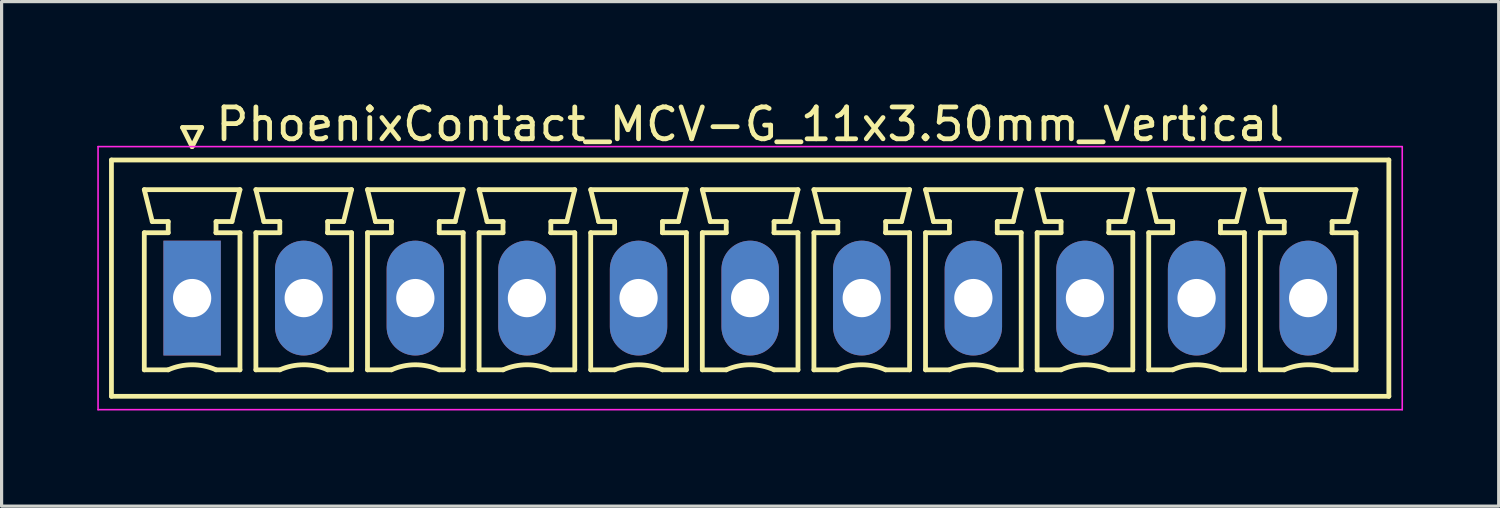
<source format=kicad_pcb>
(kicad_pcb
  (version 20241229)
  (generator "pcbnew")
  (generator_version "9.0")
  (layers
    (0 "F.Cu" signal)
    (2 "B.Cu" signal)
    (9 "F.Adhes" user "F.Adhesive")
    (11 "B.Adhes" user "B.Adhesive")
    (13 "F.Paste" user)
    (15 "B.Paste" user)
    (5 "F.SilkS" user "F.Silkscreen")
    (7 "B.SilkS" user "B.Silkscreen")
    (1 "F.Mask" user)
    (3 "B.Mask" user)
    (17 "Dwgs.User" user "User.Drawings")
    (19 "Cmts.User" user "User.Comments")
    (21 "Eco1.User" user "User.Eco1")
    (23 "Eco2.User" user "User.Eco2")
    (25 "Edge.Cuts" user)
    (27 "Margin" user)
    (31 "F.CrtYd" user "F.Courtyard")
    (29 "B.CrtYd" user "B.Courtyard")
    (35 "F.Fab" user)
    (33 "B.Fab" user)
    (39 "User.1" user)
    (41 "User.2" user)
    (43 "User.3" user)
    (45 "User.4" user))
  (footprint "PhoenixContact_MCV-G_11x3.50mm_Vertical"
    (layer "F.Cu")
    (at 2.975 6.298)
    (property "Reference" "PhoenixContact_MCV-G_11x3.50mm_Vertical" (at 17.5 -5.45 0) (layer "F.SilkS") (effects (font (size 1 1) (thickness 0.15))))
    (attr through_hole)
    (fp_line (start -2.53 -4.33) (end -2.53 3.08) (stroke (width 0.15) (type solid)) (layer "F.SilkS"))
    (fp_line (start -2.53 3.08) (end 37.53 3.08) (stroke (width 0.15) (type solid)) (layer "F.SilkS"))
    (fp_line (start -1.5 -3.4) (end 1.5 -3.4) (stroke (width 0.15) (type solid)) (layer "F.SilkS"))
    (fp_line (start -1.5 -2.05) (end -0.75 -2.05) (stroke (width 0.15) (type solid)) (layer "F.SilkS"))
    (fp_line (start -1.5 2.25) (end -1.5 -2.05) (stroke (width 0.15) (type solid)) (layer "F.SilkS"))
    (fp_line (start -1.25 -2.4) (end -1.5 -3.4) (stroke (width 0.15) (type solid)) (layer "F.SilkS"))
    (fp_line (start -0.75 -2.4) (end -1.25 -2.4) (stroke (width 0.15) (type solid)) (layer "F.SilkS"))
    (fp_line (start -0.75 -2.05) (end -0.75 -2.4) (stroke (width 0.15) (type solid)) (layer "F.SilkS"))
    (fp_line (start -0.75 2.25) (end -1.5 2.25) (stroke (width 0.15) (type solid)) (layer "F.SilkS"))
    (fp_line (start -0.3 -5.35) (end 0 -4.75) (stroke (width 0.15) (type solid)) (layer "F.SilkS"))
    (fp_line (start 0 -4.75) (end 0.3 -5.35) (stroke (width 0.15) (type solid)) (layer "F.SilkS"))
    (fp_line (start 0.3 -5.35) (end -0.3 -5.35) (stroke (width 0.15) (type solid)) (layer "F.SilkS"))
    (fp_line (start 0.75 -2.4) (end 0.75 -2.05) (stroke (width 0.15) (type solid)) (layer "F.SilkS"))
    (fp_line (start 0.75 -2.05) (end 0.75 -2.05) (stroke (width 0.15) (type solid)) (layer "F.SilkS"))
    (fp_line (start 0.75 -2.05) (end 1.5 -2.05) (stroke (width 0.15) (type solid)) (layer "F.SilkS"))
    (fp_line (start 1.25 -2.4) (end 0.75 -2.4) (stroke (width 0.15) (type solid)) (layer "F.SilkS"))
    (fp_line (start 1.5 -3.4) (end 1.25 -2.4) (stroke (width 0.15) (type solid)) (layer "F.SilkS"))
    (fp_line (start 1.5 -2.05) (end 1.5 2.25) (stroke (width 0.15) (type solid)) (layer "F.SilkS"))
    (fp_line (start 1.5 2.25) (end 0.75 2.25) (stroke (width 0.15) (type solid)) (layer "F.SilkS"))
    (fp_line (start 2 -3.4) (end 5 -3.4) (stroke (width 0.15) (type solid)) (layer "F.SilkS"))
    (fp_line (start 2 -2.05) (end 2.75 -2.05) (stroke (width 0.15) (type solid)) (layer "F.SilkS"))
    (fp_line (start 2 2.25) (end 2 -2.05) (stroke (width 0.15) (type solid)) (layer "F.SilkS"))
    (fp_line (start 2.25 -2.4) (end 2 -3.4) (stroke (width 0.15) (type solid)) (layer "F.SilkS"))
    (fp_line (start 2.75 -2.4) (end 2.25 -2.4) (stroke (width 0.15) (type solid)) (layer "F.SilkS"))
    (fp_line (start 2.75 -2.05) (end 2.75 -2.4) (stroke (width 0.15) (type solid)) (layer "F.SilkS"))
    (fp_line (start 2.75 2.25) (end 2 2.25) (stroke (width 0.15) (type solid)) (layer "F.SilkS"))
    (fp_line (start 4.25 -2.4) (end 4.25 -2.05) (stroke (width 0.15) (type solid)) (layer "F.SilkS"))
    (fp_line (start 4.25 -2.05) (end 4.25 -2.05) (stroke (width 0.15) (type solid)) (layer "F.SilkS"))
    (fp_line (start 4.25 -2.05) (end 5 -2.05) (stroke (width 0.15) (type solid)) (layer "F.SilkS"))
    (fp_line (start 4.75 -2.4) (end 4.25 -2.4) (stroke (width 0.15) (type solid)) (layer "F.SilkS"))
    (fp_line (start 5 -3.4) (end 4.75 -2.4) (stroke (width 0.15) (type solid)) (layer "F.SilkS"))
    (fp_line (start 5 -2.05) (end 5 2.25) (stroke (width 0.15) (type solid)) (layer "F.SilkS"))
    (fp_line (start 5 2.25) (end 4.25 2.25) (stroke (width 0.15) (type solid)) (layer "F.SilkS"))
    (fp_line (start 5.5 -3.4) (end 8.5 -3.4) (stroke (width 0.15) (type solid)) (layer "F.SilkS"))
    (fp_line (start 5.5 -2.05) (end 6.25 -2.05) (stroke (width 0.15) (type solid)) (layer "F.SilkS"))
    (fp_line (start 5.5 2.25) (end 5.5 -2.05) (stroke (width 0.15) (type solid)) (layer "F.SilkS"))
    (fp_line (start 5.75 -2.4) (end 5.5 -3.4) (stroke (width 0.15) (type solid)) (layer "F.SilkS"))
    (fp_line (start 6.25 -2.4) (end 5.75 -2.4) (stroke (width 0.15) (type solid)) (layer "F.SilkS"))
    (fp_line (start 6.25 -2.05) (end 6.25 -2.4) (stroke (width 0.15) (type solid)) (layer "F.SilkS"))
    (fp_line (start 6.25 2.25) (end 5.5 2.25) (stroke (width 0.15) (type solid)) (layer "F.SilkS"))
    (fp_line (start 7.75 -2.4) (end 7.75 -2.05) (stroke (width 0.15) (type solid)) (layer "F.SilkS"))
    (fp_line (start 7.75 -2.05) (end 7.75 -2.05) (stroke (width 0.15) (type solid)) (layer "F.SilkS"))
    (fp_line (start 7.75 -2.05) (end 8.5 -2.05) (stroke (width 0.15) (type solid)) (layer "F.SilkS"))
    (fp_line (start 8.25 -2.4) (end 7.75 -2.4) (stroke (width 0.15) (type solid)) (layer "F.SilkS"))
    (fp_line (start 8.5 -3.4) (end 8.25 -2.4) (stroke (width 0.15) (type solid)) (layer "F.SilkS"))
    (fp_line (start 8.5 -2.05) (end 8.5 2.25) (stroke (width 0.15) (type solid)) (layer "F.SilkS"))
    (fp_line (start 8.5 2.25) (end 7.75 2.25) (stroke (width 0.15) (type solid)) (layer "F.SilkS"))
    (fp_line (start 9 -3.4) (end 12 -3.4) (stroke (width 0.15) (type solid)) (layer "F.SilkS"))
    (fp_line (start 9 -2.05) (end 9.75 -2.05) (stroke (width 0.15) (type solid)) (layer "F.SilkS"))
    (fp_line (start 9 2.25) (end 9 -2.05) (stroke (width 0.15) (type solid)) (layer "F.SilkS"))
    (fp_line (start 9.25 -2.4) (end 9 -3.4) (stroke (width 0.15) (type solid)) (layer "F.SilkS"))
    (fp_line (start 9.75 -2.4) (end 9.25 -2.4) (stroke (width 0.15) (type solid)) (layer "F.SilkS"))
    (fp_line (start 9.75 -2.05) (end 9.75 -2.4) (stroke (width 0.15) (type solid)) (layer "F.SilkS"))
    (fp_line (start 9.75 2.25) (end 9 2.25) (stroke (width 0.15) (type solid)) (layer "F.SilkS"))
    (fp_line (start 11.25 -2.4) (end 11.25 -2.05) (stroke (width 0.15) (type solid)) (layer "F.SilkS"))
    (fp_line (start 11.25 -2.05) (end 11.25 -2.05) (stroke (width 0.15) (type solid)) (layer "F.SilkS"))
    (fp_line (start 11.25 -2.05) (end 12 -2.05) (stroke (width 0.15) (type solid)) (layer "F.SilkS"))
    (fp_line (start 11.75 -2.4) (end 11.25 -2.4) (stroke (width 0.15) (type solid)) (layer "F.SilkS"))
    (fp_line (start 12 -3.4) (end 11.75 -2.4) (stroke (width 0.15) (type solid)) (layer "F.SilkS"))
    (fp_line (start 12 -2.05) (end 12 2.25) (stroke (width 0.15) (type solid)) (layer "F.SilkS"))
    (fp_line (start 12 2.25) (end 11.25 2.25) (stroke (width 0.15) (type solid)) (layer "F.SilkS"))
    (fp_line (start 12.5 -3.4) (end 15.5 -3.4) (stroke (width 0.15) (type solid)) (layer "F.SilkS"))
    (fp_line (start 12.5 -2.05) (end 13.25 -2.05) (stroke (width 0.15) (type solid)) (layer "F.SilkS"))
    (fp_line (start 12.5 2.25) (end 12.5 -2.05) (stroke (width 0.15) (type solid)) (layer "F.SilkS"))
    (fp_line (start 12.75 -2.4) (end 12.5 -3.4) (stroke (width 0.15) (type solid)) (layer "F.SilkS"))
    (fp_line (start 13.25 -2.4) (end 12.75 -2.4) (stroke (width 0.15) (type solid)) (layer "F.SilkS"))
    (fp_line (start 13.25 -2.05) (end 13.25 -2.4) (stroke (width 0.15) (type solid)) (layer "F.SilkS"))
    (fp_line (start 13.25 2.25) (end 12.5 2.25) (stroke (width 0.15) (type solid)) (layer "F.SilkS"))
    (fp_line (start 14.75 -2.4) (end 14.75 -2.05) (stroke (width 0.15) (type solid)) (layer "F.SilkS"))
    (fp_line (start 14.75 -2.05) (end 14.75 -2.05) (stroke (width 0.15) (type solid)) (layer "F.SilkS"))
    (fp_line (start 14.75 -2.05) (end 15.5 -2.05) (stroke (width 0.15) (type solid)) (layer "F.SilkS"))
    (fp_line (start 15.25 -2.4) (end 14.75 -2.4) (stroke (width 0.15) (type solid)) (layer "F.SilkS"))
    (fp_line (start 15.5 -3.4) (end 15.25 -2.4) (stroke (width 0.15) (type solid)) (layer "F.SilkS"))
    (fp_line (start 15.5 -2.05) (end 15.5 2.25) (stroke (width 0.15) (type solid)) (layer "F.SilkS"))
    (fp_line (start 15.5 2.25) (end 14.75 2.25) (stroke (width 0.15) (type solid)) (layer "F.SilkS"))
    (fp_line (start 16 -3.4) (end 19 -3.4) (stroke (width 0.15) (type solid)) (layer "F.SilkS"))
    (fp_line (start 16 -2.05) (end 16.75 -2.05) (stroke (width 0.15) (type solid)) (layer "F.SilkS"))
    (fp_line (start 16 2.25) (end 16 -2.05) (stroke (width 0.15) (type solid)) (layer "F.SilkS"))
    (fp_line (start 16.25 -2.4) (end 16 -3.4) (stroke (width 0.15) (type solid)) (layer "F.SilkS"))
    (fp_line (start 16.75 -2.4) (end 16.25 -2.4) (stroke (width 0.15) (type solid)) (layer "F.SilkS"))
    (fp_line (start 16.75 -2.05) (end 16.75 -2.4) (stroke (width 0.15) (type solid)) (layer "F.SilkS"))
    (fp_line (start 16.75 2.25) (end 16 2.25) (stroke (width 0.15) (type solid)) (layer "F.SilkS"))
    (fp_line (start 18.25 -2.4) (end 18.25 -2.05) (stroke (width 0.15) (type solid)) (layer "F.SilkS"))
    (fp_line (start 18.25 -2.05) (end 18.25 -2.05) (stroke (width 0.15) (type solid)) (layer "F.SilkS"))
    (fp_line (start 18.25 -2.05) (end 19 -2.05) (stroke (width 0.15) (type solid)) (layer "F.SilkS"))
    (fp_line (start 18.75 -2.4) (end 18.25 -2.4) (stroke (width 0.15) (type solid)) (layer "F.SilkS"))
    (fp_line (start 19 -3.4) (end 18.75 -2.4) (stroke (width 0.15) (type solid)) (layer "F.SilkS"))
    (fp_line (start 19 -2.05) (end 19 2.25) (stroke (width 0.15) (type solid)) (layer "F.SilkS"))
    (fp_line (start 19 2.25) (end 18.25 2.25) (stroke (width 0.15) (type solid)) (layer "F.SilkS"))
    (fp_line (start 19.5 -3.4) (end 22.5 -3.4) (stroke (width 0.15) (type solid)) (layer "F.SilkS"))
    (fp_line (start 19.5 -2.05) (end 20.25 -2.05) (stroke (width 0.15) (type solid)) (layer "F.SilkS"))
    (fp_line (start 19.5 2.25) (end 19.5 -2.05) (stroke (width 0.15) (type solid)) (layer "F.SilkS"))
    (fp_line (start 19.75 -2.4) (end 19.5 -3.4) (stroke (width 0.15) (type solid)) (layer "F.SilkS"))
    (fp_line (start 20.25 -2.4) (end 19.75 -2.4) (stroke (width 0.15) (type solid)) (layer "F.SilkS"))
    (fp_line (start 20.25 -2.05) (end 20.25 -2.4) (stroke (width 0.15) (type solid)) (layer "F.SilkS"))
    (fp_line (start 20.25 2.25) (end 19.5 2.25) (stroke (width 0.15) (type solid)) (layer "F.SilkS"))
    (fp_line (start 21.75 -2.4) (end 21.75 -2.05) (stroke (width 0.15) (type solid)) (layer "F.SilkS"))
    (fp_line (start 21.75 -2.05) (end 21.75 -2.05) (stroke (width 0.15) (type solid)) (layer "F.SilkS"))
    (fp_line (start 21.75 -2.05) (end 22.5 -2.05) (stroke (width 0.15) (type solid)) (layer "F.SilkS"))
    (fp_line (start 22.25 -2.4) (end 21.75 -2.4) (stroke (width 0.15) (type solid)) (layer "F.SilkS"))
    (fp_line (start 22.5 -3.4) (end 22.25 -2.4) (stroke (width 0.15) (type solid)) (layer "F.SilkS"))
    (fp_line (start 22.5 -2.05) (end 22.5 2.25) (stroke (width 0.15) (type solid)) (layer "F.SilkS"))
    (fp_line (start 22.5 2.25) (end 21.75 2.25) (stroke (width 0.15) (type solid)) (layer "F.SilkS"))
    (fp_line (start 23 -3.4) (end 26 -3.4) (stroke (width 0.15) (type solid)) (layer "F.SilkS"))
    (fp_line (start 23 -2.05) (end 23.75 -2.05) (stroke (width 0.15) (type solid)) (layer "F.SilkS"))
    (fp_line (start 23 2.25) (end 23 -2.05) (stroke (width 0.15) (type solid)) (layer "F.SilkS"))
    (fp_line (start 23.25 -2.4) (end 23 -3.4) (stroke (width 0.15) (type solid)) (layer "F.SilkS"))
    (fp_line (start 23.75 -2.4) (end 23.25 -2.4) (stroke (width 0.15) (type solid)) (layer "F.SilkS"))
    (fp_line (start 23.75 -2.05) (end 23.75 -2.4) (stroke (width 0.15) (type solid)) (layer "F.SilkS"))
    (fp_line (start 23.75 2.25) (end 23 2.25) (stroke (width 0.15) (type solid)) (layer "F.SilkS"))
    (fp_line (start 25.25 -2.4) (end 25.25 -2.05) (stroke (width 0.15) (type solid)) (layer "F.SilkS"))
    (fp_line (start 25.25 -2.05) (end 25.25 -2.05) (stroke (width 0.15) (type solid)) (layer "F.SilkS"))
    (fp_line (start 25.25 -2.05) (end 26 -2.05) (stroke (width 0.15) (type solid)) (layer "F.SilkS"))
    (fp_line (start 25.75 -2.4) (end 25.25 -2.4) (stroke (width 0.15) (type solid)) (layer "F.SilkS"))
    (fp_line (start 26 -3.4) (end 25.75 -2.4) (stroke (width 0.15) (type solid)) (layer "F.SilkS"))
    (fp_line (start 26 -2.05) (end 26 2.25) (stroke (width 0.15) (type solid)) (layer "F.SilkS"))
    (fp_line (start 26 2.25) (end 25.25 2.25) (stroke (width 0.15) (type solid)) (layer "F.SilkS"))
    (fp_line (start 26.5 -3.4) (end 29.5 -3.4) (stroke (width 0.15) (type solid)) (layer "F.SilkS"))
    (fp_line (start 26.5 -2.05) (end 27.25 -2.05) (stroke (width 0.15) (type solid)) (layer "F.SilkS"))
    (fp_line (start 26.5 2.25) (end 26.5 -2.05) (stroke (width 0.15) (type solid)) (layer "F.SilkS"))
    (fp_line (start 26.75 -2.4) (end 26.5 -3.4) (stroke (width 0.15) (type solid)) (layer "F.SilkS"))
    (fp_line (start 27.25 -2.4) (end 26.75 -2.4) (stroke (width 0.15) (type solid)) (layer "F.SilkS"))
    (fp_line (start 27.25 -2.05) (end 27.25 -2.4) (stroke (width 0.15) (type solid)) (layer "F.SilkS"))
    (fp_line (start 27.25 2.25) (end 26.5 2.25) (stroke (width 0.15) (type solid)) (layer "F.SilkS"))
    (fp_line (start 28.75 -2.4) (end 28.75 -2.05) (stroke (width 0.15) (type solid)) (layer "F.SilkS"))
    (fp_line (start 28.75 -2.05) (end 28.75 -2.05) (stroke (width 0.15) (type solid)) (layer "F.SilkS"))
    (fp_line (start 28.75 -2.05) (end 29.5 -2.05) (stroke (width 0.15) (type solid)) (layer "F.SilkS"))
    (fp_line (start 29.25 -2.4) (end 28.75 -2.4) (stroke (width 0.15) (type solid)) (layer "F.SilkS"))
    (fp_line (start 29.5 -3.4) (end 29.25 -2.4) (stroke (width 0.15) (type solid)) (layer "F.SilkS"))
    (fp_line (start 29.5 -2.05) (end 29.5 2.25) (stroke (width 0.15) (type solid)) (layer "F.SilkS"))
    (fp_line (start 29.5 2.25) (end 28.75 2.25) (stroke (width 0.15) (type solid)) (layer "F.SilkS"))
    (fp_line (start 30 -3.4) (end 33 -3.4) (stroke (width 0.15) (type solid)) (layer "F.SilkS"))
    (fp_line (start 30 -2.05) (end 30.75 -2.05) (stroke (width 0.15) (type solid)) (layer "F.SilkS"))
    (fp_line (start 30 2.25) (end 30 -2.05) (stroke (width 0.15) (type solid)) (layer "F.SilkS"))
    (fp_line (start 30.25 -2.4) (end 30 -3.4) (stroke (width 0.15) (type solid)) (layer "F.SilkS"))
    (fp_line (start 30.75 -2.4) (end 30.25 -2.4) (stroke (width 0.15) (type solid)) (layer "F.SilkS"))
    (fp_line (start 30.75 -2.05) (end 30.75 -2.4) (stroke (width 0.15) (type solid)) (layer "F.SilkS"))
    (fp_line (start 30.75 2.25) (end 30 2.25) (stroke (width 0.15) (type solid)) (layer "F.SilkS"))
    (fp_line (start 32.25 -2.4) (end 32.25 -2.05) (stroke (width 0.15) (type solid)) (layer "F.SilkS"))
    (fp_line (start 32.25 -2.05) (end 32.25 -2.05) (stroke (width 0.15) (type solid)) (layer "F.SilkS"))
    (fp_line (start 32.25 -2.05) (end 33 -2.05) (stroke (width 0.15) (type solid)) (layer "F.SilkS"))
    (fp_line (start 32.75 -2.4) (end 32.25 -2.4) (stroke (width 0.15) (type solid)) (layer "F.SilkS"))
    (fp_line (start 33 -3.4) (end 32.75 -2.4) (stroke (width 0.15) (type solid)) (layer "F.SilkS"))
    (fp_line (start 33 -2.05) (end 33 2.25) (stroke (width 0.15) (type solid)) (layer "F.SilkS"))
    (fp_line (start 33 2.25) (end 32.25 2.25) (stroke (width 0.15) (type solid)) (layer "F.SilkS"))
    (fp_line (start 33.5 -3.4) (end 36.5 -3.4) (stroke (width 0.15) (type solid)) (layer "F.SilkS"))
    (fp_line (start 33.5 -2.05) (end 34.25 -2.05) (stroke (width 0.15) (type solid)) (layer "F.SilkS"))
    (fp_line (start 33.5 2.25) (end 33.5 -2.05) (stroke (width 0.15) (type solid)) (layer "F.SilkS"))
    (fp_line (start 33.75 -2.4) (end 33.5 -3.4) (stroke (width 0.15) (type solid)) (layer "F.SilkS"))
    (fp_line (start 34.25 -2.4) (end 33.75 -2.4) (stroke (width 0.15) (type solid)) (layer "F.SilkS"))
    (fp_line (start 34.25 -2.05) (end 34.25 -2.4) (stroke (width 0.15) (type solid)) (layer "F.SilkS"))
    (fp_line (start 34.25 2.25) (end 33.5 2.25) (stroke (width 0.15) (type solid)) (layer "F.SilkS"))
    (fp_line (start 35.75 -2.4) (end 35.75 -2.05) (stroke (width 0.15) (type solid)) (layer "F.SilkS"))
    (fp_line (start 35.75 -2.05) (end 35.75 -2.05) (stroke (width 0.15) (type solid)) (layer "F.SilkS"))
    (fp_line (start 35.75 -2.05) (end 36.5 -2.05) (stroke (width 0.15) (type solid)) (layer "F.SilkS"))
    (fp_line (start 36.25 -2.4) (end 35.75 -2.4) (stroke (width 0.15) (type solid)) (layer "F.SilkS"))
    (fp_line (start 36.5 -3.4) (end 36.25 -2.4) (stroke (width 0.15) (type solid)) (layer "F.SilkS"))
    (fp_line (start 36.5 -2.05) (end 36.5 2.25) (stroke (width 0.15) (type solid)) (layer "F.SilkS"))
    (fp_line (start 36.5 2.25) (end 35.75 2.25) (stroke (width 0.15) (type solid)) (layer "F.SilkS"))
    (fp_line (start 37.53 -4.33) (end -2.53 -4.33) (stroke (width 0.15) (type solid)) (layer "F.SilkS"))
    (fp_line (start 37.53 3.08) (end 37.53 -4.33) (stroke (width 0.15) (type solid)) (layer "F.SilkS"))
    (fp_arc (start -0.75 2.25) (mid -0.000193 2.09191) (end 0.749647 2.249844) (stroke (width 0.15) (type solid)) (layer "F.SilkS"))
    (fp_arc (start 2.75 2.25) (mid 3.499807 2.09191) (end 4.249647 2.249844) (stroke (width 0.15) (type solid)) (layer "F.SilkS"))
    (fp_arc (start 6.25 2.25) (mid 6.999807 2.09191) (end 7.749647 2.249844) (stroke (width 0.15) (type solid)) (layer "F.SilkS"))
    (fp_arc (start 9.75 2.25) (mid 10.499807 2.09191) (end 11.249647 2.249844) (stroke (width 0.15) (type solid)) (layer "F.SilkS"))
    (fp_arc (start 13.25 2.25) (mid 13.999807 2.09191) (end 14.749647 2.249844) (stroke (width 0.15) (type solid)) (layer "F.SilkS"))
    (fp_arc (start 16.75 2.25) (mid 17.499807 2.09191) (end 18.249647 2.249844) (stroke (width 0.15) (type solid)) (layer "F.SilkS"))
    (fp_arc (start 20.25 2.25) (mid 20.999807 2.09191) (end 21.749647 2.249844) (stroke (width 0.15) (type solid)) (layer "F.SilkS"))
    (fp_arc (start 23.75 2.25) (mid 24.499807 2.09191) (end 25.249647 2.249844) (stroke (width 0.15) (type solid)) (layer "F.SilkS"))
    (fp_arc (start 27.25 2.25) (mid 27.999807 2.09191) (end 28.749647 2.249844) (stroke (width 0.15) (type solid)) (layer "F.SilkS"))
    (fp_arc (start 30.75 2.25) (mid 31.499807 2.09191) (end 32.249647 2.249844) (stroke (width 0.15) (type solid)) (layer "F.SilkS"))
    (fp_arc (start 34.25 2.25) (mid 34.999807 2.09191) (end 35.749647 2.249844) (stroke (width 0.15) (type solid)) (layer "F.SilkS"))
    (fp_line (start -2.95 -4.75) (end -2.95 3.5) (stroke (width 0.05) (type solid)) (layer "F.CrtYd"))
    (fp_line (start -2.95 3.5) (end 37.95 3.5) (stroke (width 0.05) (type solid)) (layer "F.CrtYd"))
    (fp_line (start 37.95 -4.75) (end -2.95 -4.75) (stroke (width 0.05) (type solid)) (layer "F.CrtYd"))
    (fp_line (start 37.95 3.5) (end 37.95 -4.75) (stroke (width 0.05) (type solid)) (layer "F.CrtYd"))
    (pad "1" thru_hole rect (at 0 0) (size 1.8 3.6) (drill 1.2) (layers "*.Cu" "*.Mask"))
    (pad "2" thru_hole oval (at 3.5 0) (size 1.8 3.6) (drill 1.2) (layers "*.Cu" "*.Mask"))
    (pad "3" thru_hole oval (at 7 0) (size 1.8 3.6) (drill 1.2) (layers "*.Cu" "*.Mask"))
    (pad "4" thru_hole oval (at 10.5 0) (size 1.8 3.6) (drill 1.2) (layers "*.Cu" "*.Mask"))
    (pad "5" thru_hole oval (at 14 0) (size 1.8 3.6) (drill 1.2) (layers "*.Cu" "*.Mask"))
    (pad "6" thru_hole oval (at 17.5 0) (size 1.8 3.6) (drill 1.2) (layers "*.Cu" "*.Mask"))
    (pad "7" thru_hole oval (at 21 0) (size 1.8 3.6) (drill 1.2) (layers "*.Cu" "*.Mask"))
    (pad "8" thru_hole oval (at 24.5 0) (size 1.8 3.6) (drill 1.2) (layers "*.Cu" "*.Mask"))
    (pad "9" thru_hole oval (at 28 0) (size 1.8 3.6) (drill 1.2) (layers "*.Cu" "*.Mask"))
    (pad "10" thru_hole oval (at 31.5 0) (size 1.8 3.6) (drill 1.2) (layers "*.Cu" "*.Mask"))
    (pad "11" thru_hole oval (at 35 0) (size 1.8 3.6) (drill 1.2) (layers "*.Cu" "*.Mask")))
  (gr_rect
    (start -3 -3)
    (end 43.95 12.823)
    (stroke (width 0.1) (type default))
    (fill no)
    (layer "Edge.Cuts")))
</source>
